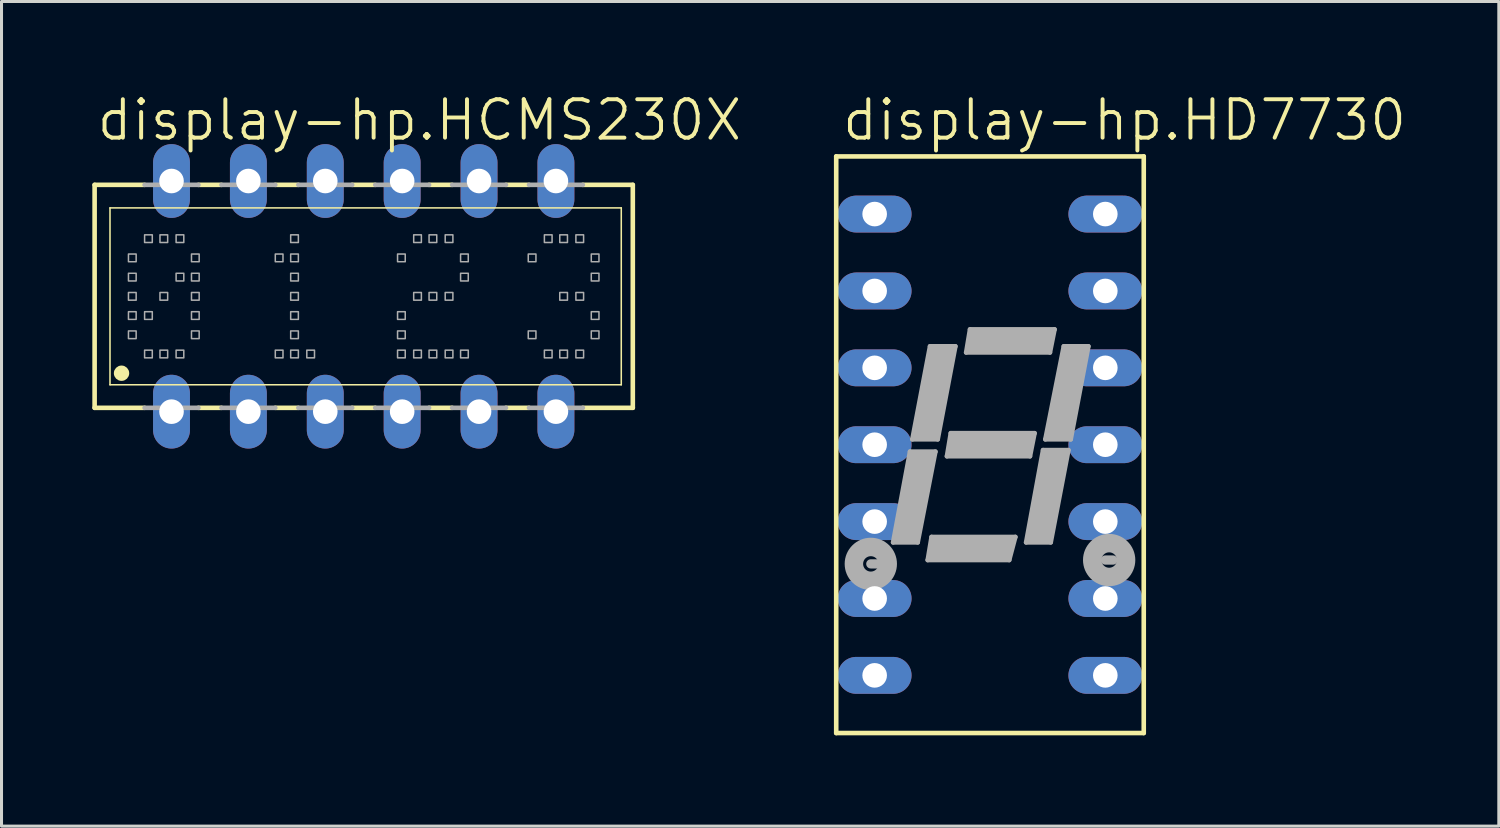
<source format=kicad_pcb>
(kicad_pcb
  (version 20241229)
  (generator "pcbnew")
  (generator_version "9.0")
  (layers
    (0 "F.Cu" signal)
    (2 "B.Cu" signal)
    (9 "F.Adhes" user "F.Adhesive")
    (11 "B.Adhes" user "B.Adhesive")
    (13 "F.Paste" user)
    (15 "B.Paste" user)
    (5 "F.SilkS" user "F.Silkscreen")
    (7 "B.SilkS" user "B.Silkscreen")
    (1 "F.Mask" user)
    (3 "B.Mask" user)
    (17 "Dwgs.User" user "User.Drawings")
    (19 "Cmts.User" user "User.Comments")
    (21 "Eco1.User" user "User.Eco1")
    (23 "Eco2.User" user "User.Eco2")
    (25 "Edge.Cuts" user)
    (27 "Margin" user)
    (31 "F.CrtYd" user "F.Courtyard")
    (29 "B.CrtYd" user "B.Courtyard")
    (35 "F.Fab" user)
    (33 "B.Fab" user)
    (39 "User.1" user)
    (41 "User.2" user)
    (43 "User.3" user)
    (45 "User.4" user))
  (footprint "display-hp.HD7730"
    (layer "F.Cu")
    (at 29.656 11.642)
    (property "Reference" "display-hp.HD7730" (at -4.953 -9.982 0) (layer "F.SilkS") (effects (font (size 1.27 1.27) (thickness 0.13)) (justify left bottom)))
    (attr through_hole)
    (fp_line (start -5.08 -9.525) (end 5.08 -9.525) (stroke (width 0.152) (type default)) (layer "F.SilkS"))
    (fp_line (start -5.08 9.525) (end -5.08 -9.525) (stroke (width 0.152) (type default)) (layer "F.SilkS"))
    (fp_line (start 5.08 -9.525) (end 5.08 9.525) (stroke (width 0.152) (type default)) (layer "F.SilkS"))
    (fp_line (start 5.08 9.525) (end -5.08 9.525) (stroke (width 0.152) (type default)) (layer "F.SilkS"))
    (fp_line (start -3.937 3.937) (end -3.683 3.937) (stroke (width 0.305) (type default)) (layer "F.Fab"))
    (fp_line (start -3.2 3.226) (end -2.642 0.229) (stroke (width 0.152) (type default)) (layer "F.Fab"))
    (fp_line (start -3.073 3.124) (end -3.023 2.946) (stroke (width 0.254) (type default)) (layer "F.Fab"))
    (fp_line (start -2.718 2.819) (end -2.311 0.711) (stroke (width 0.813) (type default)) (layer "F.Fab"))
    (fp_line (start -2.642 0.229) (end -1.803 0.229) (stroke (width 0.152) (type default)) (layer "F.Fab"))
    (fp_line (start -2.565 -0.178) (end -1.981 -3.251) (stroke (width 0.152) (type default)) (layer "F.Fab"))
    (fp_line (start -2.565 -0.178) (end -1.727 -0.178) (stroke (width 0.152) (type default)) (layer "F.Fab"))
    (fp_line (start -2.565 0.381) (end -1.956 0.381) (stroke (width 0.254) (type default)) (layer "F.Fab"))
    (fp_line (start -2.489 3.124) (end -3.073 3.124) (stroke (width 0.254) (type default)) (layer "F.Fab"))
    (fp_line (start -2.464 2.997) (end -2.489 3.124) (stroke (width 0.254) (type default)) (layer "F.Fab"))
    (fp_line (start -2.438 -0.279) (end -2.388 -0.533) (stroke (width 0.254) (type default)) (layer "F.Fab"))
    (fp_line (start -2.388 3.226) (end -3.2 3.226) (stroke (width 0.152) (type default)) (layer "F.Fab"))
    (fp_line (start -2.388 3.226) (end -1.803 0.229) (stroke (width 0.152) (type default)) (layer "F.Fab"))
    (fp_line (start -2.083 -0.61) (end -1.626 -2.845) (stroke (width 0.813) (type default)) (layer "F.Fab"))
    (fp_line (start -2.057 3.81) (end -1.93 3.048) (stroke (width 0.152) (type default)) (layer "F.Fab"))
    (fp_line (start -1.981 -3.251) (end -1.143 -3.251) (stroke (width 0.152) (type default)) (layer "F.Fab"))
    (fp_line (start -1.956 0.381) (end -1.981 0.508) (stroke (width 0.254) (type default)) (layer "F.Fab"))
    (fp_line (start -1.93 3.708) (end -1.778 3.708) (stroke (width 0.254) (type default)) (layer "F.Fab"))
    (fp_line (start -1.905 -3.124) (end -1.295 -3.124) (stroke (width 0.254) (type default)) (layer "F.Fab"))
    (fp_line (start -1.803 -0.279) (end -2.438 -0.279) (stroke (width 0.254) (type default)) (layer "F.Fab"))
    (fp_line (start -1.803 3.175) (end -1.93 3.708) (stroke (width 0.254) (type default)) (layer "F.Fab"))
    (fp_line (start -1.727 -0.178) (end -1.143 -3.251) (stroke (width 0.152) (type default)) (layer "F.Fab"))
    (fp_line (start -1.295 -3.124) (end -1.321 -3.023) (stroke (width 0.254) (type default)) (layer "F.Fab"))
    (fp_line (start -1.295 -0.381) (end -1.422 0.381) (stroke (width 0.152) (type default)) (layer "F.Fab"))
    (fp_line (start -1.27 0.279) (end -1.118 0.279) (stroke (width 0.254) (type default)) (layer "F.Fab"))
    (fp_line (start -1.168 -0.254) (end -1.27 0.279) (stroke (width 0.254) (type default)) (layer "F.Fab"))
    (fp_line (start -0.787 -3.048) (end -0.66 -3.81) (stroke (width 0.152) (type default)) (layer "F.Fab"))
    (fp_line (start -0.66 -3.81) (end 2.134 -3.81) (stroke (width 0.152) (type default)) (layer "F.Fab"))
    (fp_line (start -0.635 -3.15) (end -0.508 -3.15) (stroke (width 0.254) (type default)) (layer "F.Fab"))
    (fp_line (start -0.533 -3.683) (end -0.635 -3.15) (stroke (width 0.254) (type default)) (layer "F.Fab"))
    (fp_line (start -0.305 -3.429) (end 1.626 -3.429) (stroke (width 0.813) (type default)) (layer "F.Fab"))
    (fp_line (start 0.279 3.429) (end -1.626 3.429) (stroke (width 0.813) (type default)) (layer "F.Fab"))
    (fp_line (start 0.508 3.708) (end 0.66 3.175) (stroke (width 0.254) (type default)) (layer "F.Fab"))
    (fp_line (start 0.635 3.81) (end -2.057 3.81) (stroke (width 0.152) (type default)) (layer "F.Fab"))
    (fp_line (start 0.66 3.175) (end 0.356 3.175) (stroke (width 0.254) (type default)) (layer "F.Fab"))
    (fp_line (start 0.838 3.048) (end -1.93 3.048) (stroke (width 0.152) (type default)) (layer "F.Fab"))
    (fp_line (start 0.838 3.048) (end 0.635 3.81) (stroke (width 0.152) (type default)) (layer "F.Fab"))
    (fp_line (start 0.94 -0.254) (end 1.321 -0.254) (stroke (width 0.254) (type default)) (layer "F.Fab"))
    (fp_line (start 0.991 0) (end -0.94 0) (stroke (width 0.813) (type default)) (layer "F.Fab"))
    (fp_line (start 1.194 3.226) (end 1.753 0.178) (stroke (width 0.152) (type default)) (layer "F.Fab"))
    (fp_line (start 1.321 -0.254) (end 1.219 0.279) (stroke (width 0.254) (type default)) (layer "F.Fab"))
    (fp_line (start 1.321 0.381) (end -1.422 0.381) (stroke (width 0.152) (type default)) (layer "F.Fab"))
    (fp_line (start 1.346 3.099) (end 1.397 2.896) (stroke (width 0.254) (type default)) (layer "F.Fab"))
    (fp_line (start 1.473 -0.381) (end -1.295 -0.381) (stroke (width 0.152) (type default)) (layer "F.Fab"))
    (fp_line (start 1.473 -0.381) (end 1.321 0.381) (stroke (width 0.152) (type default)) (layer "F.Fab"))
    (fp_line (start 1.727 -3.175) (end 1.88 -3.175) (stroke (width 0.254) (type default)) (layer "F.Fab"))
    (fp_line (start 1.753 0.178) (end 2.591 0.178) (stroke (width 0.152) (type default)) (layer "F.Fab"))
    (fp_line (start 1.829 -0.178) (end 2.438 -3.251) (stroke (width 0.152) (type default)) (layer "F.Fab"))
    (fp_line (start 1.829 -0.178) (end 2.667 -0.178) (stroke (width 0.152) (type default)) (layer "F.Fab"))
    (fp_line (start 1.829 0.33) (end 2.464 0.33) (stroke (width 0.254) (type default)) (layer "F.Fab"))
    (fp_line (start 1.88 -3.175) (end 2.007 -3.708) (stroke (width 0.152) (type default)) (layer "F.Fab"))
    (fp_line (start 1.905 3.099) (end 1.346 3.099) (stroke (width 0.254) (type default)) (layer "F.Fab"))
    (fp_line (start 1.981 -3.048) (end -0.787 -3.048) (stroke (width 0.152) (type default)) (layer "F.Fab"))
    (fp_line (start 1.981 -0.305) (end 2.032 -0.508) (stroke (width 0.254) (type default)) (layer "F.Fab"))
    (fp_line (start 2.007 -3.708) (end 1.778 -3.708) (stroke (width 0.254) (type default)) (layer "F.Fab"))
    (fp_line (start 2.007 3.226) (end 1.194 3.226) (stroke (width 0.152) (type default)) (layer "F.Fab"))
    (fp_line (start 2.108 0.635) (end 1.676 2.794) (stroke (width 0.813) (type default)) (layer "F.Fab"))
    (fp_line (start 2.134 -3.81) (end 1.981 -3.048) (stroke (width 0.152) (type default)) (layer "F.Fab"))
    (fp_line (start 2.438 -3.251) (end 3.251 -3.251) (stroke (width 0.152) (type default)) (layer "F.Fab"))
    (fp_line (start 2.464 0.33) (end 2.413 0.584) (stroke (width 0.254) (type default)) (layer "F.Fab"))
    (fp_line (start 2.515 -3.124) (end 3.124 -3.124) (stroke (width 0.254) (type default)) (layer "F.Fab"))
    (fp_line (start 2.565 -0.305) (end 1.981 -0.305) (stroke (width 0.254) (type default)) (layer "F.Fab"))
    (fp_line (start 2.591 0.178) (end 2.007 3.226) (stroke (width 0.152) (type default)) (layer "F.Fab"))
    (fp_line (start 2.769 -2.845) (end 2.337 -0.66) (stroke (width 0.813) (type default)) (layer "F.Fab"))
    (fp_line (start 3.124 -3.124) (end 3.099 -2.972) (stroke (width 0.254) (type default)) (layer "F.Fab"))
    (fp_line (start 3.251 -3.251) (end 2.667 -0.178) (stroke (width 0.152) (type default)) (layer "F.Fab"))
    (fp_line (start 3.81 3.81) (end 4.064 3.81) (stroke (width 0.305) (type default)) (layer "F.Fab"))
    (fp_circle (center -3.937 3.937) (end -3.683 3.937) (stroke (width 0.61) (type default)) (fill no) (layer "F.Fab"))
    (fp_circle (center 3.937 3.81) (end 4.191 3.81) (stroke (width 0.61) (type default)) (fill no) (layer "F.Fab"))
    (pad "1" thru_hole oval (at -3.81 -7.62) (size 2.438 1.219) (drill 0.813) (layers "*.Cu" "*.Mask"))
    (pad "2" thru_hole oval (at -3.81 -5.08) (size 2.438 1.219) (drill 0.813) (layers "*.Cu" "*.Mask"))
    (pad "3" thru_hole oval (at -3.81 -2.54) (size 2.438 1.219) (drill 0.813) (layers "*.Cu" "*.Mask"))
    (pad "4" thru_hole oval (at -3.81 0) (size 2.438 1.219) (drill 0.813) (layers "*.Cu" "*.Mask"))
    (pad "5" thru_hole oval (at -3.81 2.54) (size 2.438 1.219) (drill 0.813) (layers "*.Cu" "*.Mask"))
    (pad "6" thru_hole oval (at -3.81 5.08) (size 2.438 1.219) (drill 0.813) (layers "*.Cu" "*.Mask"))
    (pad "7" thru_hole oval (at -3.81 7.62) (size 2.438 1.219) (drill 0.813) (layers "*.Cu" "*.Mask"))
    (pad "8" thru_hole oval (at 3.81 7.62) (size 2.438 1.219) (drill 0.813) (layers "*.Cu" "*.Mask"))
    (pad "9" thru_hole oval (at 3.81 5.08) (size 2.438 1.219) (drill 0.813) (layers "*.Cu" "*.Mask"))
    (pad "10" thru_hole oval (at 3.81 2.54) (size 2.438 1.219) (drill 0.813) (layers "*.Cu" "*.Mask"))
    (pad "11" thru_hole oval (at 3.81 0) (size 2.438 1.219) (drill 0.813) (layers "*.Cu" "*.Mask"))
    (pad "12" thru_hole oval (at 3.81 -2.54) (size 2.438 1.219) (drill 0.813) (layers "*.Cu" "*.Mask"))
    (pad "13" thru_hole oval (at 3.81 -5.08) (size 2.438 1.219) (drill 0.813) (layers "*.Cu" "*.Mask"))
    (pad "14" thru_hole oval (at 3.81 -7.62) (size 2.438 1.219) (drill 0.813) (layers "*.Cu" "*.Mask")))
  (footprint "display-hp.HCMS230X"
    (layer "F.Cu")
    (at 8.966 6.74)
    (property "Reference" "display-hp.HCMS230X" (at -8.89 -5.08 0) (layer "F.SilkS") (effects (font (size 1.27 1.27) (thickness 0.13)) (justify left bottom)))
    (attr through_hole)
    (fp_line (start -8.89 -3.683) (end -8.89 3.683) (stroke (width 0.152) (type default)) (layer "F.SilkS"))
    (fp_line (start -8.382 2.921) (end -8.382 -2.921) (stroke (width 0.051) (type default)) (layer "F.SilkS"))
    (fp_line (start -8.382 2.921) (end 8.509 2.921) (stroke (width 0.051) (type default)) (layer "F.SilkS"))
    (fp_line (start -7.239 -3.683) (end -8.89 -3.683) (stroke (width 0.152) (type default)) (layer "F.SilkS"))
    (fp_line (start -7.239 3.683) (end -8.89 3.683) (stroke (width 0.152) (type default)) (layer "F.SilkS"))
    (fp_line (start -4.699 -3.683) (end -5.461 -3.683) (stroke (width 0.152) (type default)) (layer "F.SilkS"))
    (fp_line (start -4.699 3.683) (end -5.461 3.683) (stroke (width 0.152) (type default)) (layer "F.SilkS"))
    (fp_line (start -2.159 -3.683) (end -2.921 -3.683) (stroke (width 0.152) (type default)) (layer "F.SilkS"))
    (fp_line (start -2.159 3.683) (end -2.921 3.683) (stroke (width 0.152) (type default)) (layer "F.SilkS"))
    (fp_line (start 0.381 -3.683) (end -0.381 -3.683) (stroke (width 0.152) (type default)) (layer "F.SilkS"))
    (fp_line (start 0.381 3.683) (end -0.381 3.683) (stroke (width 0.152) (type default)) (layer "F.SilkS"))
    (fp_line (start 2.921 -3.683) (end 2.159 -3.683) (stroke (width 0.152) (type default)) (layer "F.SilkS"))
    (fp_line (start 2.921 3.683) (end 2.159 3.683) (stroke (width 0.152) (type default)) (layer "F.SilkS"))
    (fp_line (start 5.461 -3.683) (end 4.699 -3.683) (stroke (width 0.152) (type default)) (layer "F.SilkS"))
    (fp_line (start 5.461 3.683) (end 4.699 3.683) (stroke (width 0.152) (type default)) (layer "F.SilkS"))
    (fp_line (start 8.509 -2.921) (end -8.382 -2.921) (stroke (width 0.051) (type default)) (layer "F.SilkS"))
    (fp_line (start 8.509 -2.921) (end 8.509 2.921) (stroke (width 0.051) (type default)) (layer "F.SilkS"))
    (fp_line (start 8.89 -3.683) (end 7.239 -3.683) (stroke (width 0.152) (type default)) (layer "F.SilkS"))
    (fp_line (start 8.89 3.683) (end 7.239 3.683) (stroke (width 0.152) (type default)) (layer "F.SilkS"))
    (fp_line (start 8.89 3.683) (end 8.89 -3.683) (stroke (width 0.152) (type default)) (layer "F.SilkS"))
    (fp_circle (center -8.001 2.54) (end -7.874 2.54) (stroke (width 0.254) (type default)) (fill no) (layer "F.SilkS"))
    (fp_line (start -7.239 -3.683) (end -5.461 -3.683) (stroke (width 0.152) (type default)) (layer "F.Fab"))
    (fp_line (start -5.461 3.683) (end -7.239 3.683) (stroke (width 0.152) (type default)) (layer "F.Fab"))
    (fp_line (start -4.699 -3.683) (end -2.921 -3.683) (stroke (width 0.152) (type default)) (layer "F.Fab"))
    (fp_line (start -4.699 3.683) (end -2.921 3.683) (stroke (width 0.152) (type default)) (layer "F.Fab"))
    (fp_line (start -0.381 -3.683) (end -2.159 -3.683) (stroke (width 0.152) (type default)) (layer "F.Fab"))
    (fp_line (start -0.381 3.683) (end -2.159 3.683) (stroke (width 0.152) (type default)) (layer "F.Fab"))
    (fp_line (start 0.381 -3.683) (end 2.159 -3.683) (stroke (width 0.152) (type default)) (layer "F.Fab"))
    (fp_line (start 2.159 3.683) (end 0.381 3.683) (stroke (width 0.152) (type default)) (layer "F.Fab"))
    (fp_line (start 4.699 -3.683) (end 2.921 -3.683) (stroke (width 0.152) (type default)) (layer "F.Fab"))
    (fp_line (start 4.699 3.683) (end 2.921 3.683) (stroke (width 0.152) (type default)) (layer "F.Fab"))
    (fp_line (start 5.461 -3.683) (end 7.239 -3.683) (stroke (width 0.152) (type default)) (layer "F.Fab"))
    (fp_line (start 5.461 3.683) (end 7.239 3.683) (stroke (width 0.152) (type default)) (layer "F.Fab"))
    (fp_rect (start -7.772 -1.143) (end -7.518 -1.397) (stroke (width 0.05) (type default)) (fill no) (layer "F.Fab"))
    (fp_rect (start -7.772 -0.508) (end -7.518 -0.762) (stroke (width 0.05) (type default)) (fill no) (layer "F.Fab"))
    (fp_rect (start -7.772 0.127) (end -7.518 -0.127) (stroke (width 0.05) (type default)) (fill no) (layer "F.Fab"))
    (fp_rect (start -7.772 0.762) (end -7.518 0.508) (stroke (width 0.05) (type default)) (fill no) (layer "F.Fab"))
    (fp_rect (start -7.772 1.397) (end -7.518 1.143) (stroke (width 0.05) (type default)) (fill no) (layer "F.Fab"))
    (fp_rect (start -7.239 -1.778) (end -6.985 -2.032) (stroke (width 0.05) (type default)) (fill no) (layer "F.Fab"))
    (fp_rect (start -7.239 0.762) (end -6.985 0.508) (stroke (width 0.05) (type default)) (fill no) (layer "F.Fab"))
    (fp_rect (start -7.239 2.032) (end -6.985 1.778) (stroke (width 0.05) (type default)) (fill no) (layer "F.Fab"))
    (fp_rect (start -6.731 -1.778) (end -6.477 -2.032) (stroke (width 0.05) (type default)) (fill no) (layer "F.Fab"))
    (fp_rect (start -6.731 0.127) (end -6.477 -0.127) (stroke (width 0.05) (type default)) (fill no) (layer "F.Fab"))
    (fp_rect (start -6.731 2.032) (end -6.477 1.778) (stroke (width 0.05) (type default)) (fill no) (layer "F.Fab"))
    (fp_rect (start -6.198 -1.778) (end -5.944 -2.032) (stroke (width 0.05) (type default)) (fill no) (layer "F.Fab"))
    (fp_rect (start -6.198 -0.508) (end -5.944 -0.762) (stroke (width 0.05) (type default)) (fill no) (layer "F.Fab"))
    (fp_rect (start -6.198 2.032) (end -5.944 1.778) (stroke (width 0.05) (type default)) (fill no) (layer "F.Fab"))
    (fp_rect (start -5.69 -1.143) (end -5.436 -1.397) (stroke (width 0.05) (type default)) (fill no) (layer "F.Fab"))
    (fp_rect (start -5.69 -0.508) (end -5.436 -0.762) (stroke (width 0.05) (type default)) (fill no) (layer "F.Fab"))
    (fp_rect (start -5.69 0.127) (end -5.436 -0.127) (stroke (width 0.05) (type default)) (fill no) (layer "F.Fab"))
    (fp_rect (start -5.69 0.762) (end -5.436 0.508) (stroke (width 0.05) (type default)) (fill no) (layer "F.Fab"))
    (fp_rect (start -5.69 1.397) (end -5.436 1.143) (stroke (width 0.05) (type default)) (fill no) (layer "F.Fab"))
    (fp_rect (start -2.921 -1.143) (end -2.667 -1.397) (stroke (width 0.05) (type default)) (fill no) (layer "F.Fab"))
    (fp_rect (start -2.921 2.032) (end -2.667 1.778) (stroke (width 0.05) (type default)) (fill no) (layer "F.Fab"))
    (fp_rect (start -2.413 -1.778) (end -2.159 -2.032) (stroke (width 0.05) (type default)) (fill no) (layer "F.Fab"))
    (fp_rect (start -2.413 -1.143) (end -2.159 -1.397) (stroke (width 0.05) (type default)) (fill no) (layer "F.Fab"))
    (fp_rect (start -2.413 -0.508) (end -2.159 -0.762) (stroke (width 0.05) (type default)) (fill no) (layer "F.Fab"))
    (fp_rect (start -2.413 0.127) (end -2.159 -0.127) (stroke (width 0.05) (type default)) (fill no) (layer "F.Fab"))
    (fp_rect (start -2.413 0.762) (end -2.159 0.508) (stroke (width 0.05) (type default)) (fill no) (layer "F.Fab"))
    (fp_rect (start -2.413 1.397) (end -2.159 1.143) (stroke (width 0.05) (type default)) (fill no) (layer "F.Fab"))
    (fp_rect (start -2.413 2.032) (end -2.159 1.778) (stroke (width 0.05) (type default)) (fill no) (layer "F.Fab"))
    (fp_rect (start -1.88 2.032) (end -1.626 1.778) (stroke (width 0.05) (type default)) (fill no) (layer "F.Fab"))
    (fp_rect (start 1.118 -1.143) (end 1.372 -1.397) (stroke (width 0.05) (type default)) (fill no) (layer "F.Fab"))
    (fp_rect (start 1.118 0.762) (end 1.372 0.508) (stroke (width 0.05) (type default)) (fill no) (layer "F.Fab"))
    (fp_rect (start 1.118 1.397) (end 1.372 1.143) (stroke (width 0.05) (type default)) (fill no) (layer "F.Fab"))
    (fp_rect (start 1.118 2.032) (end 1.372 1.778) (stroke (width 0.05) (type default)) (fill no) (layer "F.Fab"))
    (fp_rect (start 1.651 -1.778) (end 1.905 -2.032) (stroke (width 0.05) (type default)) (fill no) (layer "F.Fab"))
    (fp_rect (start 1.651 0.127) (end 1.905 -0.127) (stroke (width 0.05) (type default)) (fill no) (layer "F.Fab"))
    (fp_rect (start 1.651 2.032) (end 1.905 1.778) (stroke (width 0.05) (type default)) (fill no) (layer "F.Fab"))
    (fp_rect (start 2.159 -1.778) (end 2.413 -2.032) (stroke (width 0.05) (type default)) (fill no) (layer "F.Fab"))
    (fp_rect (start 2.159 0.127) (end 2.413 -0.127) (stroke (width 0.05) (type default)) (fill no) (layer "F.Fab"))
    (fp_rect (start 2.159 2.032) (end 2.413 1.778) (stroke (width 0.05) (type default)) (fill no) (layer "F.Fab"))
    (fp_rect (start 2.692 -1.778) (end 2.946 -2.032) (stroke (width 0.05) (type default)) (fill no) (layer "F.Fab"))
    (fp_rect (start 2.692 0.127) (end 2.946 -0.127) (stroke (width 0.05) (type default)) (fill no) (layer "F.Fab"))
    (fp_rect (start 2.692 2.032) (end 2.946 1.778) (stroke (width 0.05) (type default)) (fill no) (layer "F.Fab"))
    (fp_rect (start 3.2 -1.143) (end 3.454 -1.397) (stroke (width 0.05) (type default)) (fill no) (layer "F.Fab"))
    (fp_rect (start 3.2 -0.508) (end 3.454 -0.762) (stroke (width 0.05) (type default)) (fill no) (layer "F.Fab"))
    (fp_rect (start 3.2 2.032) (end 3.454 1.778) (stroke (width 0.05) (type default)) (fill no) (layer "F.Fab"))
    (fp_rect (start 5.436 -1.143) (end 5.69 -1.397) (stroke (width 0.05) (type default)) (fill no) (layer "F.Fab"))
    (fp_rect (start 5.436 1.397) (end 5.69 1.143) (stroke (width 0.05) (type default)) (fill no) (layer "F.Fab"))
    (fp_rect (start 5.969 -1.778) (end 6.223 -2.032) (stroke (width 0.05) (type default)) (fill no) (layer "F.Fab"))
    (fp_rect (start 5.969 2.032) (end 6.223 1.778) (stroke (width 0.05) (type default)) (fill no) (layer "F.Fab"))
    (fp_rect (start 6.477 -1.778) (end 6.731 -2.032) (stroke (width 0.05) (type default)) (fill no) (layer "F.Fab"))
    (fp_rect (start 6.477 0.127) (end 6.731 -0.127) (stroke (width 0.05) (type default)) (fill no) (layer "F.Fab"))
    (fp_rect (start 6.477 2.032) (end 6.731 1.778) (stroke (width 0.05) (type default)) (fill no) (layer "F.Fab"))
    (fp_rect (start 7.01 -1.778) (end 7.264 -2.032) (stroke (width 0.05) (type default)) (fill no) (layer "F.Fab"))
    (fp_rect (start 7.01 0.127) (end 7.264 -0.127) (stroke (width 0.05) (type default)) (fill no) (layer "F.Fab"))
    (fp_rect (start 7.01 2.032) (end 7.264 1.778) (stroke (width 0.05) (type default)) (fill no) (layer "F.Fab"))
    (fp_rect (start 7.518 -1.143) (end 7.772 -1.397) (stroke (width 0.05) (type default)) (fill no) (layer "F.Fab"))
    (fp_rect (start 7.518 -0.508) (end 7.772 -0.762) (stroke (width 0.05) (type default)) (fill no) (layer "F.Fab"))
    (fp_rect (start 7.518 0.762) (end 7.772 0.508) (stroke (width 0.05) (type default)) (fill no) (layer "F.Fab"))
    (fp_rect (start 7.518 1.397) (end 7.772 1.143) (stroke (width 0.05) (type default)) (fill no) (layer "F.Fab"))
    (pad "1" thru_hole oval (at -6.35 3.81 90) (size 2.438 1.219) (drill 0.813) (layers "*.Cu" "*.Mask"))
    (pad "2" thru_hole oval (at -3.81 3.81 90) (size 2.438 1.219) (drill 0.813) (layers "*.Cu" "*.Mask"))
    (pad "3" thru_hole oval (at -1.27 3.81 90) (size 2.438 1.219) (drill 0.813) (layers "*.Cu" "*.Mask"))
    (pad "4" thru_hole oval (at 1.27 3.81 90) (size 2.438 1.219) (drill 0.813) (layers "*.Cu" "*.Mask"))
    (pad "5" thru_hole oval (at 3.81 3.81 90) (size 2.438 1.219) (drill 0.813) (layers "*.Cu" "*.Mask"))
    (pad "6" thru_hole oval (at 6.35 3.81 90) (size 2.438 1.219) (drill 0.813) (layers "*.Cu" "*.Mask"))
    (pad "7" thru_hole oval (at 6.35 -3.81 90) (size 2.438 1.219) (drill 0.813) (layers "*.Cu" "*.Mask"))
    (pad "8" thru_hole oval (at 3.81 -3.81 90) (size 2.438 1.219) (drill 0.813) (layers "*.Cu" "*.Mask"))
    (pad "9" thru_hole oval (at 1.27 -3.81 90) (size 2.438 1.219) (drill 0.813) (layers "*.Cu" "*.Mask"))
    (pad "10" thru_hole oval (at -1.27 -3.81 90) (size 2.438 1.219) (drill 0.813) (layers "*.Cu" "*.Mask"))
    (pad "11" thru_hole oval (at -3.81 -3.81 90) (size 2.438 1.219) (drill 0.813) (layers "*.Cu" "*.Mask"))
    (pad "12" thru_hole oval (at -6.35 -3.81 90) (size 2.438 1.219) (drill 0.813) (layers "*.Cu" "*.Mask")))
  (gr_rect
    (start -3 -3)
    (end 46.466 24.243)
    (stroke (width 0.1) (type default))
    (fill no)
    (layer "Edge.Cuts")))
</source>
